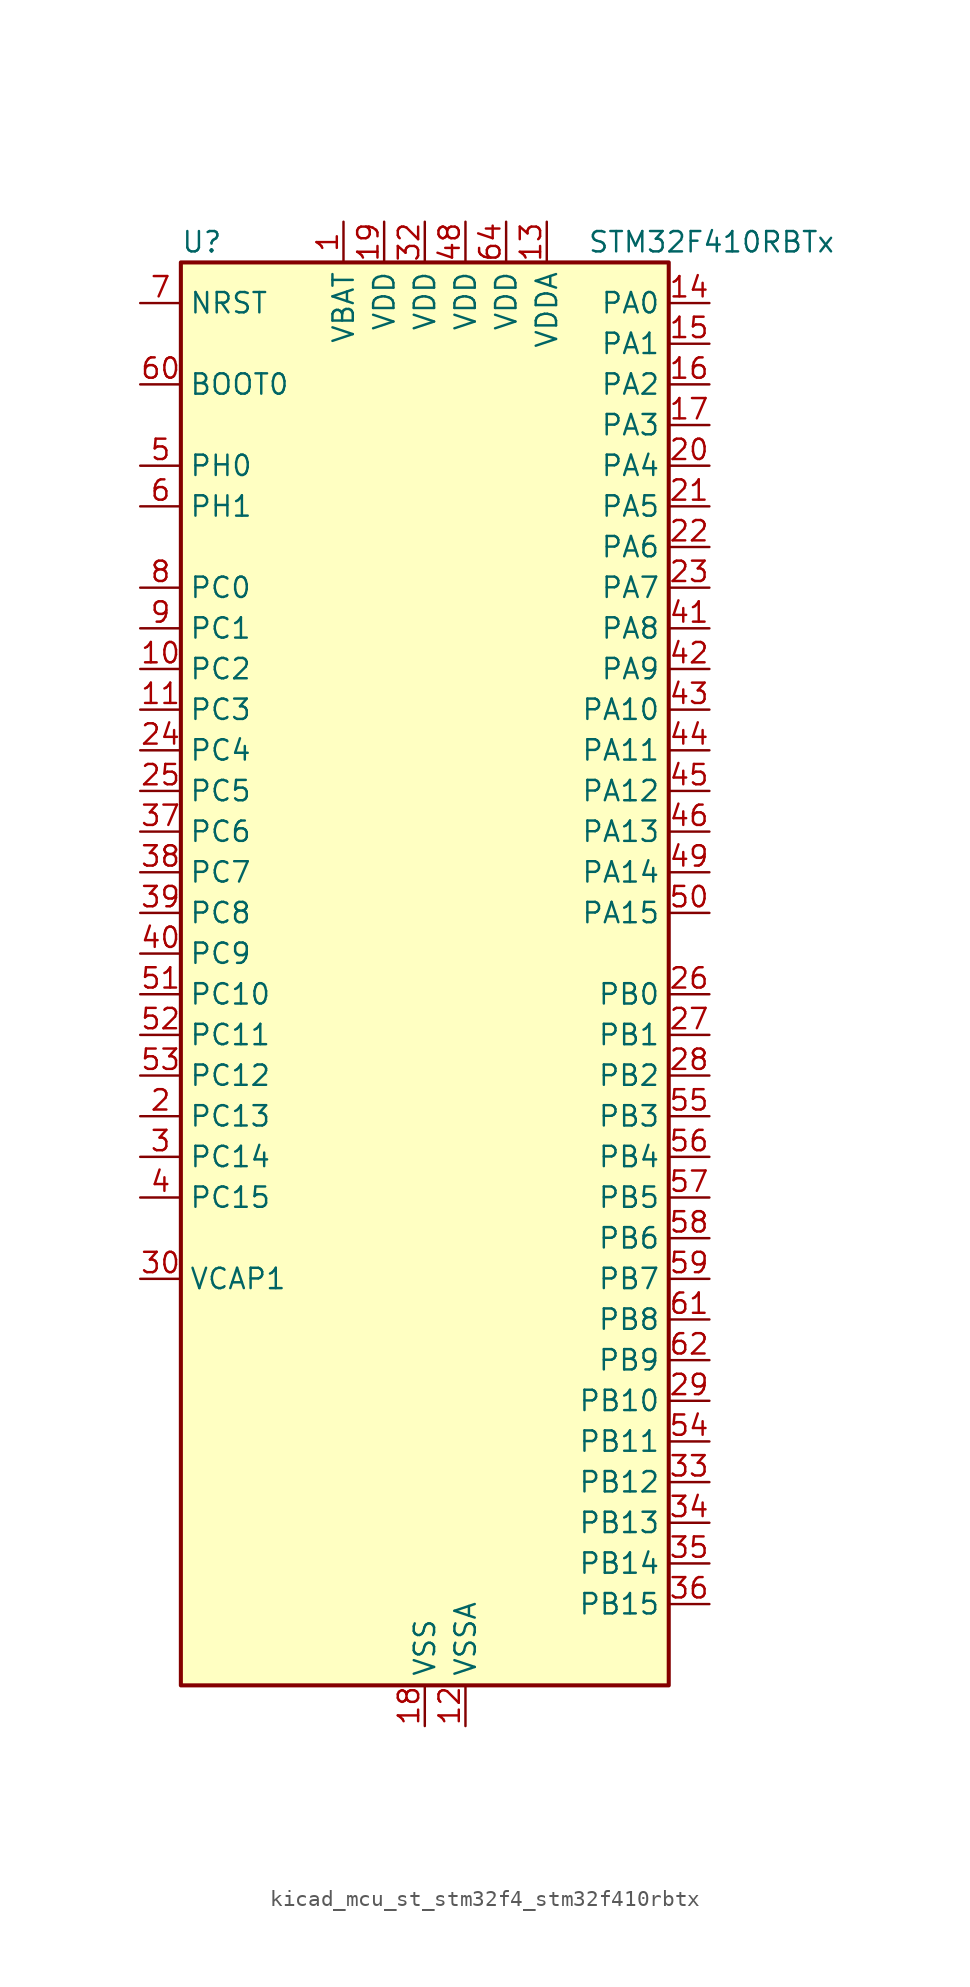
<source format=kicad_sym>
(kicad_symbol_lib
  (version 20220914)
  (generator kicad_symbol_editor)
  (symbol "kicad_mcu_st_stm32f4_stm32f410rbtx"
    (property "Reference" "U"
      (at -15.24 46.99 0)
      (effects (font (size 1.27 1.27)) (justify left)))
    (property "Value" "STM32F410RBTx"
      (at 10.16 46.99 0)
      (effects (font (size 1.27 1.27)) (justify left)))
    (property "ki_locked" ""
      (at 0 0 0)
      (effects (font (size 1.27 1.27))))
    (symbol "kicad_mcu_st_stm32f4_stm32f410rbtx_0_1"
      (rectangle (start -15.24 -43.18) (end 15.24 45.72) (stroke (width 0.254) (type default)) (fill (type background))))
    (symbol "kicad_mcu_st_stm32f4_stm32f410rbtx_1_1"
      (pin power_in line (at -5.08 48.26 270) (length 2.54) (name "VBAT" (effects (font (size 1.27 1.27)))) (number "1" (effects (font (size 1.27 1.27)))))
      (pin bidirectional line (at -17.78 20.32 0) (length 2.54) (name "PC2" (effects (font (size 1.27 1.27)))) (number "10" (effects (font (size 1.27 1.27)))) (alternate "ADC1_IN12" bidirectional line) (alternate "LPTIM1_IN2" bidirectional line) (alternate "SPI2_MISO" bidirectional line))
      (pin bidirectional line (at -17.78 17.78 0) (length 2.54) (name "PC3" (effects (font (size 1.27 1.27)))) (number "11" (effects (font (size 1.27 1.27)))) (alternate "ADC1_IN13" bidirectional line) (alternate "I2S2_SD" bidirectional line) (alternate "LPTIM1_ETR" bidirectional line) (alternate "SPI2_MOSI" bidirectional line))
      (pin power_in line (at 2.54 -45.72 90) (length 2.54) (name "VSSA" (effects (font (size 1.27 1.27)))) (number "12" (effects (font (size 1.27 1.27)))))
      (pin power_in line (at 7.62 48.26 270) (length 2.54) (name "VDDA" (effects (font (size 1.27 1.27)))) (number "13" (effects (font (size 1.27 1.27)))))
      (pin bidirectional line (at 17.78 43.18 180) (length 2.54) (name "PA0" (effects (font (size 1.27 1.27)))) (number "14" (effects (font (size 1.27 1.27)))) (alternate "ADC1_IN0" bidirectional line) (alternate "SYS_WKUP1" bidirectional line) (alternate "TIM5_CH1" bidirectional line) (alternate "USART2_CTS" bidirectional line))
      (pin bidirectional line (at 17.78 40.64 180) (length 2.54) (name "PA1" (effects (font (size 1.27 1.27)))) (number "15" (effects (font (size 1.27 1.27)))) (alternate "ADC1_IN1" bidirectional line) (alternate "TIM5_CH2" bidirectional line) (alternate "USART2_RTS" bidirectional line))
      (pin bidirectional line (at 17.78 38.1 180) (length 2.54) (name "PA2" (effects (font (size 1.27 1.27)))) (number "16" (effects (font (size 1.27 1.27)))) (alternate "ADC1_IN2" bidirectional line) (alternate "I2S_CKIN" bidirectional line) (alternate "TIM5_CH3" bidirectional line) (alternate "TIM9_CH1" bidirectional line) (alternate "USART2_TX" bidirectional line))
      (pin bidirectional line (at 17.78 35.56 180) (length 2.54) (name "PA3" (effects (font (size 1.27 1.27)))) (number "17" (effects (font (size 1.27 1.27)))) (alternate "ADC1_IN3" bidirectional line) (alternate "I2S2_MCK" bidirectional line) (alternate "TIM5_CH4" bidirectional line) (alternate "TIM9_CH2" bidirectional line) (alternate "USART2_RX" bidirectional line))
      (pin power_in line (at 0 -45.72 90) (length 2.54) (name "VSS" (effects (font (size 1.27 1.27)))) (number "18" (effects (font (size 1.27 1.27)))))
      (pin power_in line (at -2.54 48.26 270) (length 2.54) (name "VDD" (effects (font (size 1.27 1.27)))) (number "19" (effects (font (size 1.27 1.27)))))
      (pin bidirectional line (at -17.78 -7.62 0) (length 2.54) (name "PC13" (effects (font (size 1.27 1.27)))) (number "2" (effects (font (size 1.27 1.27)))) (alternate "RTC_AF1" bidirectional line))
      (pin bidirectional line (at 17.78 33.02 180) (length 2.54) (name "PA4" (effects (font (size 1.27 1.27)))) (number "20" (effects (font (size 1.27 1.27)))) (alternate "ADC1_IN4" bidirectional line) (alternate "I2S1_WS" bidirectional line) (alternate "SPI1_NSS" bidirectional line) (alternate "USART2_CK" bidirectional line))
      (pin bidirectional line (at 17.78 30.48 180) (length 2.54) (name "PA5" (effects (font (size 1.27 1.27)))) (number "21" (effects (font (size 1.27 1.27)))) (alternate "ADC1_IN5" bidirectional line) (alternate "DAC_OUT1" bidirectional line) (alternate "I2S1_CK" bidirectional line) (alternate "SPI1_SCK" bidirectional line))
      (pin bidirectional line (at 17.78 27.94 180) (length 2.54) (name "PA6" (effects (font (size 1.27 1.27)))) (number "22" (effects (font (size 1.27 1.27)))) (alternate "ADC1_IN6" bidirectional line) (alternate "I2S2_MCK" bidirectional line) (alternate "SPI1_MISO" bidirectional line) (alternate "TIM1_BKIN" bidirectional line))
      (pin bidirectional line (at 17.78 25.4 180) (length 2.54) (name "PA7" (effects (font (size 1.27 1.27)))) (number "23" (effects (font (size 1.27 1.27)))) (alternate "ADC1_IN7" bidirectional line) (alternate "I2S1_SD" bidirectional line) (alternate "SPI1_MOSI" bidirectional line) (alternate "TIM1_CH1N" bidirectional line))
      (pin bidirectional line (at -17.78 15.24 0) (length 2.54) (name "PC4" (effects (font (size 1.27 1.27)))) (number "24" (effects (font (size 1.27 1.27)))) (alternate "ADC1_IN14" bidirectional line) (alternate "TIM9_CH1" bidirectional line))
      (pin bidirectional line (at -17.78 12.7 0) (length 2.54) (name "PC5" (effects (font (size 1.27 1.27)))) (number "25" (effects (font (size 1.27 1.27)))) (alternate "ADC1_IN15" bidirectional line) (alternate "FMPI2C1_SMBA" bidirectional line) (alternate "TIM9_CH2" bidirectional line))
      (pin bidirectional line (at 17.78 0 180) (length 2.54) (name "PB0" (effects (font (size 1.27 1.27)))) (number "26" (effects (font (size 1.27 1.27)))) (alternate "ADC1_IN8" bidirectional line) (alternate "I2S5_CK" bidirectional line) (alternate "SPI5_SCK" bidirectional line) (alternate "TIM1_CH2N" bidirectional line))
      (pin bidirectional line (at 17.78 -2.54 180) (length 2.54) (name "PB1" (effects (font (size 1.27 1.27)))) (number "27" (effects (font (size 1.27 1.27)))) (alternate "ADC1_IN9" bidirectional line) (alternate "I2S5_WS" bidirectional line) (alternate "SPI5_NSS" bidirectional line) (alternate "TIM1_CH3N" bidirectional line))
      (pin bidirectional line (at 17.78 -5.08 180) (length 2.54) (name "PB2" (effects (font (size 1.27 1.27)))) (number "28" (effects (font (size 1.27 1.27)))) (alternate "LPTIM1_OUT" bidirectional line))
      (pin bidirectional line (at 17.78 -25.4 180) (length 2.54) (name "PB10" (effects (font (size 1.27 1.27)))) (number "29" (effects (font (size 1.27 1.27)))) (alternate "FMPI2C1_SCL" bidirectional line) (alternate "I2C2_SCL" bidirectional line) (alternate "I2S1_MCK" bidirectional line) (alternate "I2S2_CK" bidirectional line) (alternate "SPI2_SCK" bidirectional line))
      (pin bidirectional line (at -17.78 -10.16 0) (length 2.54) (name "PC14" (effects (font (size 1.27 1.27)))) (number "3" (effects (font (size 1.27 1.27)))) (alternate "RCC_OSC32_IN" bidirectional line))
      (pin power_out line (at -17.78 -17.78 0) (length 2.54) (name "VCAP1" (effects (font (size 1.27 1.27)))) (number "30" (effects (font (size 1.27 1.27)))))
      (pin passive line (at 0 -45.72 90) (length 2.54) hide (name "VSS" (effects (font (size 1.27 1.27)))) (number "31" (effects (font (size 1.27 1.27)))))
      (pin power_in line (at 0 48.26 270) (length 2.54) (name "VDD" (effects (font (size 1.27 1.27)))) (number "32" (effects (font (size 1.27 1.27)))))
      (pin bidirectional line (at 17.78 -30.48 180) (length 2.54) (name "PB12" (effects (font (size 1.27 1.27)))) (number "33" (effects (font (size 1.27 1.27)))) (alternate "I2C2_SMBA" bidirectional line) (alternate "I2S2_WS" bidirectional line) (alternate "SPI2_NSS" bidirectional line) (alternate "TIM1_BKIN" bidirectional line) (alternate "TIM5_CH1" bidirectional line))
      (pin bidirectional line (at 17.78 -33.02 180) (length 2.54) (name "PB13" (effects (font (size 1.27 1.27)))) (number "34" (effects (font (size 1.27 1.27)))) (alternate "FMPI2C1_SMBA" bidirectional line) (alternate "I2S2_CK" bidirectional line) (alternate "SPI2_SCK" bidirectional line) (alternate "TIM1_CH1N" bidirectional line))
      (pin bidirectional line (at 17.78 -35.56 180) (length 2.54) (name "PB14" (effects (font (size 1.27 1.27)))) (number "35" (effects (font (size 1.27 1.27)))) (alternate "FMPI2C1_SDA" bidirectional line) (alternate "SPI2_MISO" bidirectional line) (alternate "TIM1_CH2N" bidirectional line))
      (pin bidirectional line (at 17.78 -38.1 180) (length 2.54) (name "PB15" (effects (font (size 1.27 1.27)))) (number "36" (effects (font (size 1.27 1.27)))) (alternate "ADC1_EXTI15" bidirectional line) (alternate "FMPI2C1_SCL" bidirectional line) (alternate "I2S2_SD" bidirectional line) (alternate "RTC_REFIN" bidirectional line) (alternate "SPI2_MOSI" bidirectional line) (alternate "TIM1_CH3N" bidirectional line))
      (pin bidirectional line (at -17.78 10.16 0) (length 2.54) (name "PC6" (effects (font (size 1.27 1.27)))) (number "37" (effects (font (size 1.27 1.27)))) (alternate "FMPI2C1_SCL" bidirectional line) (alternate "I2S2_MCK" bidirectional line) (alternate "SYS_TRACECLK" bidirectional line) (alternate "USART6_TX" bidirectional line))
      (pin bidirectional line (at -17.78 7.62 0) (length 2.54) (name "PC7" (effects (font (size 1.27 1.27)))) (number "38" (effects (font (size 1.27 1.27)))) (alternate "FMPI2C1_SDA" bidirectional line) (alternate "I2S1_MCK" bidirectional line) (alternate "I2S2_CK" bidirectional line) (alternate "SPI2_SCK" bidirectional line) (alternate "USART6_RX" bidirectional line))
      (pin bidirectional line (at -17.78 5.08 0) (length 2.54) (name "PC8" (effects (font (size 1.27 1.27)))) (number "39" (effects (font (size 1.27 1.27)))) (alternate "USART6_CK" bidirectional line))
      (pin bidirectional line (at -17.78 -12.7 0) (length 2.54) (name "PC15" (effects (font (size 1.27 1.27)))) (number "4" (effects (font (size 1.27 1.27)))) (alternate "ADC1_EXTI15" bidirectional line) (alternate "RCC_OSC32_OUT" bidirectional line))
      (pin bidirectional line (at -17.78 2.54 0) (length 2.54) (name "PC9" (effects (font (size 1.27 1.27)))) (number "40" (effects (font (size 1.27 1.27)))) (alternate "DAC_EXTI9" bidirectional line) (alternate "FMPI2C1_SDA" bidirectional line) (alternate "I2S_CKIN" bidirectional line) (alternate "RCC_MCO_2" bidirectional line))
      (pin bidirectional line (at 17.78 22.86 180) (length 2.54) (name "PA8" (effects (font (size 1.27 1.27)))) (number "41" (effects (font (size 1.27 1.27)))) (alternate "FMPI2C1_SCL" bidirectional line) (alternate "RCC_MCO_1" bidirectional line) (alternate "TIM1_CH1" bidirectional line) (alternate "USART1_CK" bidirectional line))
      (pin bidirectional line (at 17.78 20.32 180) (length 2.54) (name "PA9" (effects (font (size 1.27 1.27)))) (number "42" (effects (font (size 1.27 1.27)))) (alternate "DAC_EXTI9" bidirectional line) (alternate "TIM1_CH2" bidirectional line) (alternate "USART1_TX" bidirectional line))
      (pin bidirectional line (at 17.78 17.78 180) (length 2.54) (name "PA10" (effects (font (size 1.27 1.27)))) (number "43" (effects (font (size 1.27 1.27)))) (alternate "I2S5_SD" bidirectional line) (alternate "SPI5_MOSI" bidirectional line) (alternate "TIM1_CH3" bidirectional line) (alternate "USART1_RX" bidirectional line))
      (pin bidirectional line (at 17.78 15.24 180) (length 2.54) (name "PA11" (effects (font (size 1.27 1.27)))) (number "44" (effects (font (size 1.27 1.27)))) (alternate "ADC1_EXTI11" bidirectional line) (alternate "TIM1_CH4" bidirectional line) (alternate "USART1_CTS" bidirectional line) (alternate "USART6_TX" bidirectional line))
      (pin bidirectional line (at 17.78 12.7 180) (length 2.54) (name "PA12" (effects (font (size 1.27 1.27)))) (number "45" (effects (font (size 1.27 1.27)))) (alternate "SPI5_MISO" bidirectional line) (alternate "TIM1_ETR" bidirectional line) (alternate "USART1_RTS" bidirectional line) (alternate "USART6_RX" bidirectional line))
      (pin bidirectional line (at 17.78 10.16 180) (length 2.54) (name "PA13" (effects (font (size 1.27 1.27)))) (number "46" (effects (font (size 1.27 1.27)))) (alternate "SYS_JTMS-SWDIO" bidirectional line))
      (pin passive line (at 0 -45.72 90) (length 2.54) hide (name "VSS" (effects (font (size 1.27 1.27)))) (number "47" (effects (font (size 1.27 1.27)))))
      (pin power_in line (at 2.54 48.26 270) (length 2.54) (name "VDD" (effects (font (size 1.27 1.27)))) (number "48" (effects (font (size 1.27 1.27)))))
      (pin bidirectional line (at 17.78 7.62 180) (length 2.54) (name "PA14" (effects (font (size 1.27 1.27)))) (number "49" (effects (font (size 1.27 1.27)))) (alternate "SYS_JTCK-SWCLK" bidirectional line))
      (pin bidirectional line (at -17.78 33.02 0) (length 2.54) (name "PH0" (effects (font (size 1.27 1.27)))) (number "5" (effects (font (size 1.27 1.27)))) (alternate "RCC_OSC_IN" bidirectional line))
      (pin bidirectional line (at 17.78 5.08 180) (length 2.54) (name "PA15" (effects (font (size 1.27 1.27)))) (number "50" (effects (font (size 1.27 1.27)))) (alternate "ADC1_EXTI15" bidirectional line) (alternate "I2S1_WS" bidirectional line) (alternate "SPI1_NSS" bidirectional line) (alternate "SYS_JTDI" bidirectional line) (alternate "USART1_TX" bidirectional line))
      (pin bidirectional line (at -17.78 0 0) (length 2.54) (name "PC10" (effects (font (size 1.27 1.27)))) (number "51" (effects (font (size 1.27 1.27)))) (alternate "SYS_TRACED0" bidirectional line) (alternate "TIM5_CH2" bidirectional line))
      (pin bidirectional line (at -17.78 -2.54 0) (length 2.54) (name "PC11" (effects (font (size 1.27 1.27)))) (number "52" (effects (font (size 1.27 1.27)))) (alternate "ADC1_EXTI11" bidirectional line) (alternate "SYS_TRACED1" bidirectional line) (alternate "TIM5_CH3" bidirectional line))
      (pin bidirectional line (at -17.78 -5.08 0) (length 2.54) (name "PC12" (effects (font (size 1.27 1.27)))) (number "53" (effects (font (size 1.27 1.27)))) (alternate "SYS_TRACED2" bidirectional line) (alternate "TIM11_CH1" bidirectional line))
      (pin bidirectional line (at 17.78 -27.94 180) (length 2.54) (name "PB11" (effects (font (size 1.27 1.27)))) (number "54" (effects (font (size 1.27 1.27)))) (alternate "ADC1_EXTI11" bidirectional line) (alternate "I2C2_SDA" bidirectional line) (alternate "I2S_CKIN" bidirectional line) (alternate "SYS_TRACED3" bidirectional line) (alternate "TIM5_CH4" bidirectional line))
      (pin bidirectional line (at 17.78 -7.62 180) (length 2.54) (name "PB3" (effects (font (size 1.27 1.27)))) (number "55" (effects (font (size 1.27 1.27)))) (alternate "FMPI2C1_SDA" bidirectional line) (alternate "I2C2_SDA" bidirectional line) (alternate "I2S1_CK" bidirectional line) (alternate "SPI1_SCK" bidirectional line) (alternate "SYS_JTDO-SWO" bidirectional line) (alternate "USART1_RX" bidirectional line))
      (pin bidirectional line (at 17.78 -10.16 180) (length 2.54) (name "PB4" (effects (font (size 1.27 1.27)))) (number "56" (effects (font (size 1.27 1.27)))) (alternate "SPI1_MISO" bidirectional line) (alternate "SYS_JTRST" bidirectional line))
      (pin bidirectional line (at 17.78 -12.7 180) (length 2.54) (name "PB5" (effects (font (size 1.27 1.27)))) (number "57" (effects (font (size 1.27 1.27)))) (alternate "I2C1_SMBA" bidirectional line) (alternate "I2S1_SD" bidirectional line) (alternate "LPTIM1_IN1" bidirectional line) (alternate "SPI1_MOSI" bidirectional line))
      (pin bidirectional line (at 17.78 -15.24 180) (length 2.54) (name "PB6" (effects (font (size 1.27 1.27)))) (number "58" (effects (font (size 1.27 1.27)))) (alternate "I2C1_SCL" bidirectional line) (alternate "LPTIM1_ETR" bidirectional line) (alternate "USART1_TX" bidirectional line))
      (pin bidirectional line (at 17.78 -17.78 180) (length 2.54) (name "PB7" (effects (font (size 1.27 1.27)))) (number "59" (effects (font (size 1.27 1.27)))) (alternate "I2C1_SDA" bidirectional line) (alternate "LPTIM1_IN2" bidirectional line) (alternate "USART1_RX" bidirectional line))
      (pin bidirectional line (at -17.78 30.48 0) (length 2.54) (name "PH1" (effects (font (size 1.27 1.27)))) (number "6" (effects (font (size 1.27 1.27)))) (alternate "RCC_OSC_OUT" bidirectional line))
      (pin input line (at -17.78 38.1 0) (length 2.54) (name "BOOT0" (effects (font (size 1.27 1.27)))) (number "60" (effects (font (size 1.27 1.27)))))
      (pin bidirectional line (at 17.78 -20.32 180) (length 2.54) (name "PB8" (effects (font (size 1.27 1.27)))) (number "61" (effects (font (size 1.27 1.27)))) (alternate "I2C1_SCL" bidirectional line) (alternate "I2S5_SD" bidirectional line) (alternate "LPTIM1_OUT" bidirectional line) (alternate "SPI5_MOSI" bidirectional line))
      (pin bidirectional line (at 17.78 -22.86 180) (length 2.54) (name "PB9" (effects (font (size 1.27 1.27)))) (number "62" (effects (font (size 1.27 1.27)))) (alternate "DAC_EXTI9" bidirectional line) (alternate "I2C1_SDA" bidirectional line) (alternate "I2C2_SDA" bidirectional line) (alternate "I2S2_WS" bidirectional line) (alternate "SPI2_NSS" bidirectional line) (alternate "TIM11_CH1" bidirectional line))
      (pin passive line (at 0 -45.72 90) (length 2.54) hide (name "VSS" (effects (font (size 1.27 1.27)))) (number "63" (effects (font (size 1.27 1.27)))))
      (pin power_in line (at 5.08 48.26 270) (length 2.54) (name "VDD" (effects (font (size 1.27 1.27)))) (number "64" (effects (font (size 1.27 1.27)))))
      (pin input line (at -17.78 43.18 0) (length 2.54) (name "NRST" (effects (font (size 1.27 1.27)))) (number "7" (effects (font (size 1.27 1.27)))))
      (pin bidirectional line (at -17.78 25.4 0) (length 2.54) (name "PC0" (effects (font (size 1.27 1.27)))) (number "8" (effects (font (size 1.27 1.27)))) (alternate "ADC1_IN10" bidirectional line) (alternate "LPTIM1_IN1" bidirectional line) (alternate "SYS_WKUP2" bidirectional line))
      (pin bidirectional line (at -17.78 22.86 0) (length 2.54) (name "PC1" (effects (font (size 1.27 1.27)))) (number "9" (effects (font (size 1.27 1.27)))) (alternate "ADC1_IN11" bidirectional line) (alternate "LPTIM1_OUT" bidirectional line) (alternate "SYS_WKUP3" bidirectional line)))))
</source>
